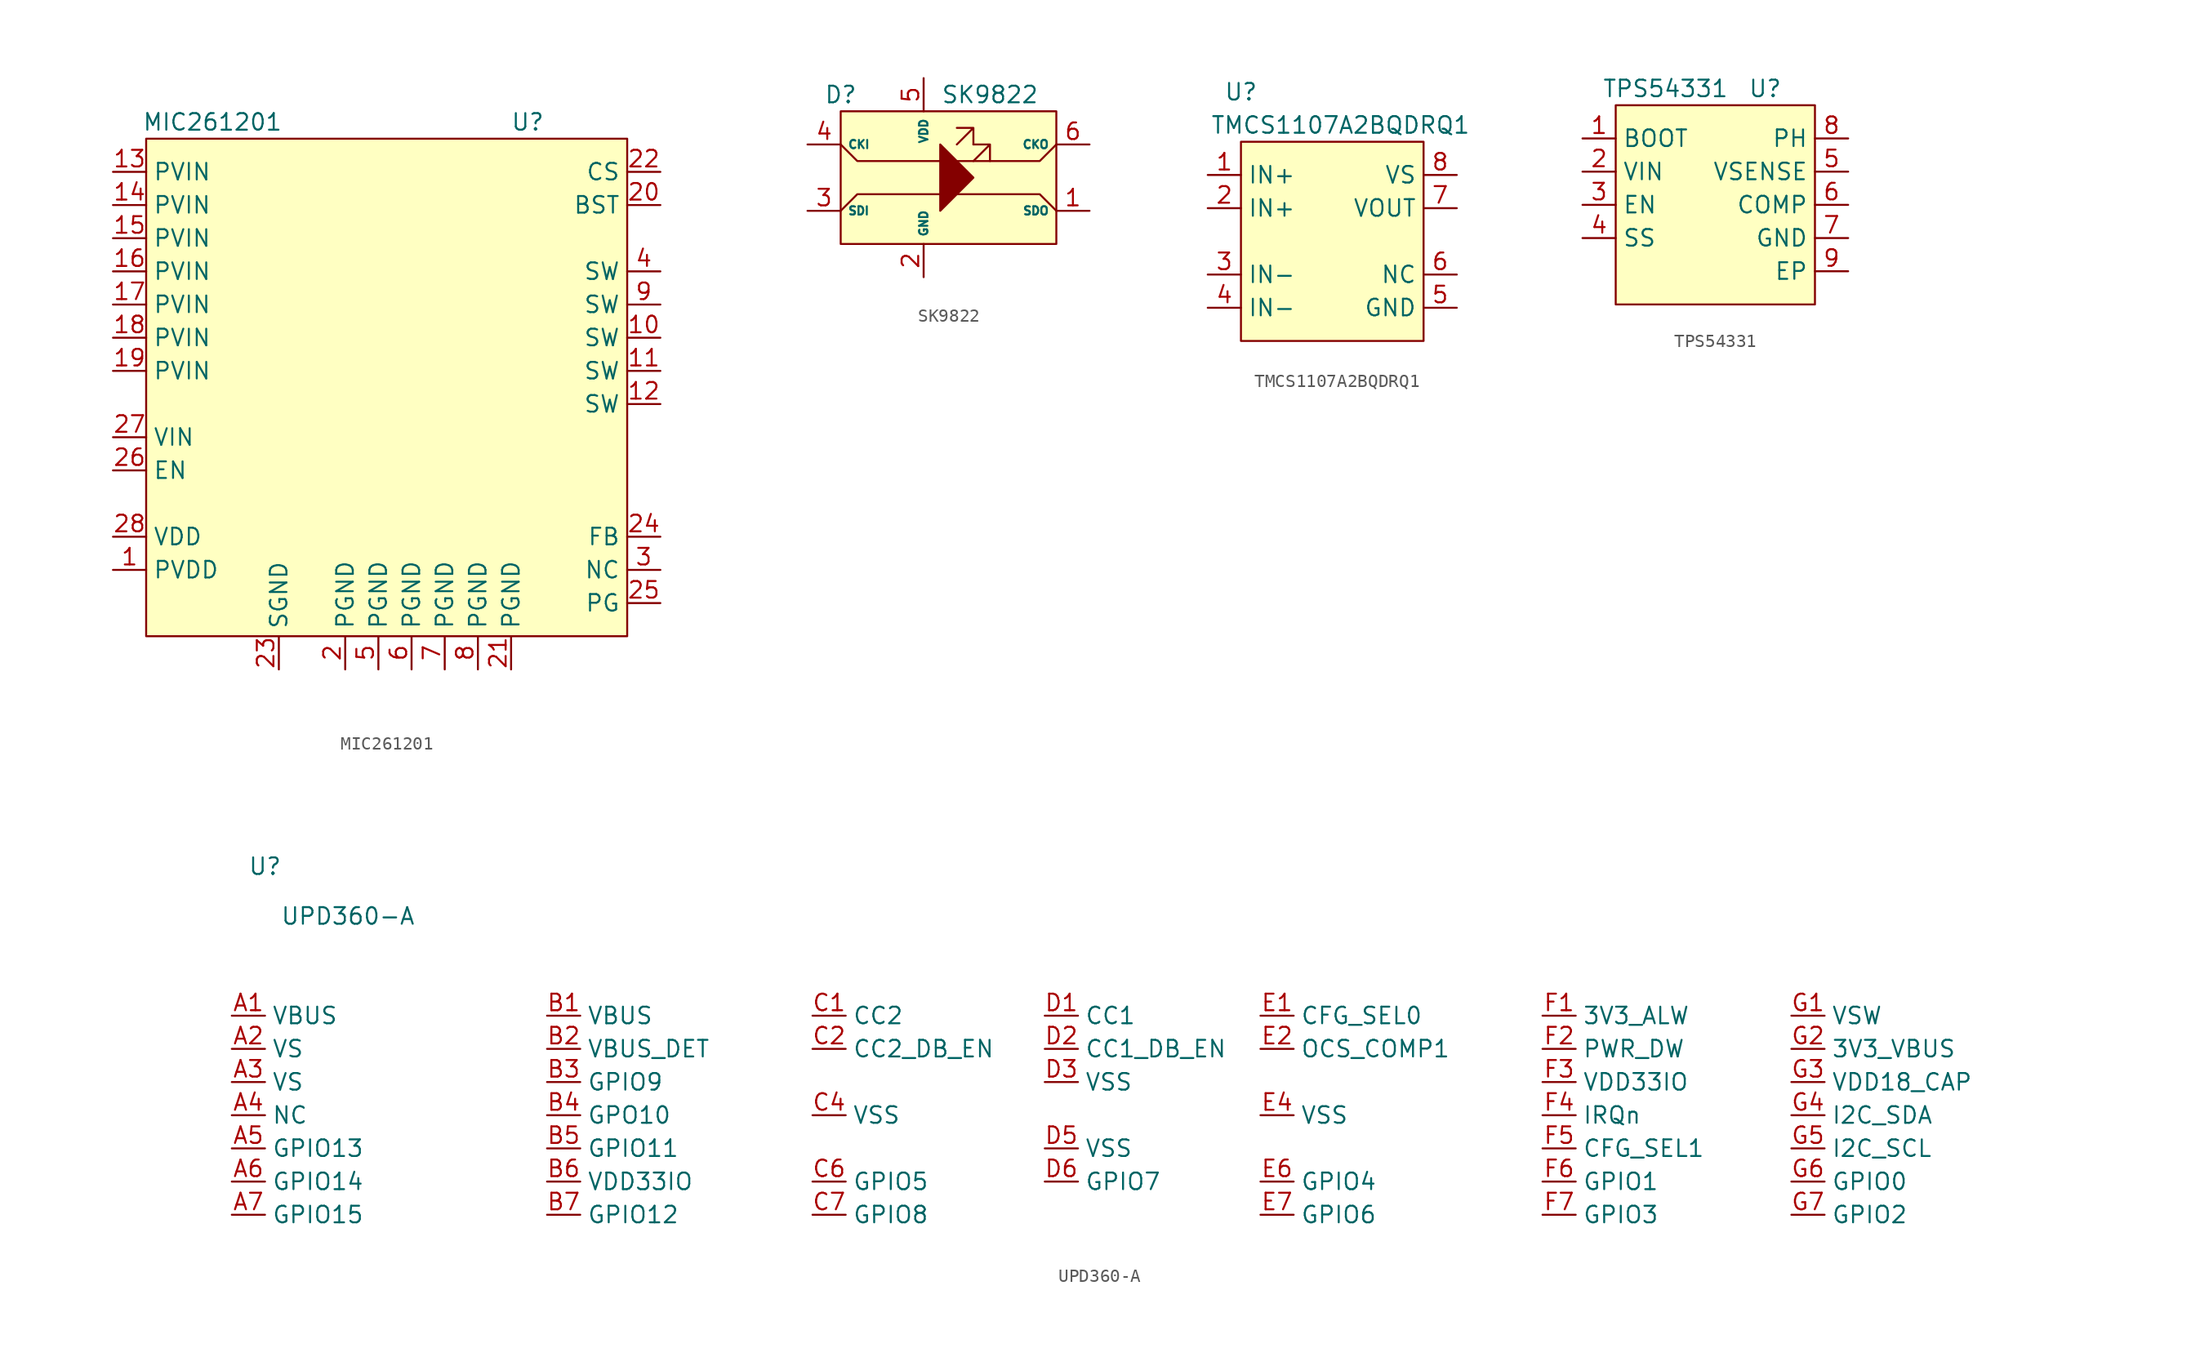
<source format=kicad_sym>
(kicad_symbol_lib
  (version 20211014)
  (generator kicad_symbol_editor)
  (symbol "LED_Addrs:MIC261201"
    (property "Reference" "U"
      (at 31.75 3.81 0)
      (effects (font (size 1.27 1.27))))
    (property "Value" "MIC261201"
      (at 7.62 3.81 0)
      (effects (font (size 1.27 1.27))))
    (symbol "MIC261201_0_1"
      (rectangle (start 2.54 2.54) (end 39.37 -35.56) (stroke (width 0.152) (type default) (color 0 0 0 0)) (fill (type background))))
    (symbol "MIC261201_1_1"
      (pin input line (at 0 -30.48 0) (length 2.54) (name "PVDD" (effects (font (size 1.27 1.27)))) (number "1" (effects (font (size 1.27 1.27)))))
      (pin input line (at 41.91 -12.7 180) (length 2.54) (name "SW" (effects (font (size 1.27 1.27)))) (number "10" (effects (font (size 1.27 1.27)))))
      (pin input line (at 41.91 -15.24 180) (length 2.54) (name "SW" (effects (font (size 1.27 1.27)))) (number "11" (effects (font (size 1.27 1.27)))))
      (pin input line (at 41.91 -17.78 180) (length 2.54) (name "SW" (effects (font (size 1.27 1.27)))) (number "12" (effects (font (size 1.27 1.27)))))
      (pin input line (at 0 0 0) (length 2.54) (name "PVIN" (effects (font (size 1.27 1.27)))) (number "13" (effects (font (size 1.27 1.27)))))
      (pin input line (at 0 -2.54 0) (length 2.54) (name "PVIN" (effects (font (size 1.27 1.27)))) (number "14" (effects (font (size 1.27 1.27)))))
      (pin input line (at 0 -5.08 0) (length 2.54) (name "PVIN" (effects (font (size 1.27 1.27)))) (number "15" (effects (font (size 1.27 1.27)))))
      (pin input line (at 0 -7.62 0) (length 2.54) (name "PVIN" (effects (font (size 1.27 1.27)))) (number "16" (effects (font (size 1.27 1.27)))))
      (pin input line (at 0 -10.16 0) (length 2.54) (name "PVIN" (effects (font (size 1.27 1.27)))) (number "17" (effects (font (size 1.27 1.27)))))
      (pin input line (at 0 -12.7 0) (length 2.54) (name "PVIN" (effects (font (size 1.27 1.27)))) (number "18" (effects (font (size 1.27 1.27)))))
      (pin input line (at 0 -15.24 0) (length 2.54) (name "PVIN" (effects (font (size 1.27 1.27)))) (number "19" (effects (font (size 1.27 1.27)))))
      (pin input line (at 17.78 -38.1 90) (length 2.54) (name "PGND" (effects (font (size 1.27 1.27)))) (number "2" (effects (font (size 1.27 1.27)))))
      (pin input line (at 41.91 -2.54 180) (length 2.54) (name "BST" (effects (font (size 1.27 1.27)))) (number "20" (effects (font (size 1.27 1.27)))))
      (pin input line (at 30.48 -38.1 90) (length 2.54) (name "PGND" (effects (font (size 1.27 1.27)))) (number "21" (effects (font (size 1.27 1.27)))))
      (pin input line (at 41.91 0 180) (length 2.54) (name "CS" (effects (font (size 1.27 1.27)))) (number "22" (effects (font (size 1.27 1.27)))))
      (pin input line (at 12.7 -38.1 90) (length 2.54) (name "SGND" (effects (font (size 1.27 1.27)))) (number "23" (effects (font (size 1.27 1.27)))))
      (pin input line (at 41.91 -27.94 180) (length 2.54) (name "FB" (effects (font (size 1.27 1.27)))) (number "24" (effects (font (size 1.27 1.27)))))
      (pin input line (at 41.91 -33.02 180) (length 2.54) (name "PG" (effects (font (size 1.27 1.27)))) (number "25" (effects (font (size 1.27 1.27)))))
      (pin input line (at 0 -22.86 0) (length 2.54) (name "EN" (effects (font (size 1.27 1.27)))) (number "26" (effects (font (size 1.27 1.27)))))
      (pin input line (at 0 -20.32 0) (length 2.54) (name "VIN" (effects (font (size 1.27 1.27)))) (number "27" (effects (font (size 1.27 1.27)))))
      (pin input line (at 0 -27.94 0) (length 2.54) (name "VDD" (effects (font (size 1.27 1.27)))) (number "28" (effects (font (size 1.27 1.27)))))
      (pin input line (at 41.91 -30.48 180) (length 2.54) (name "NC" (effects (font (size 1.27 1.27)))) (number "3" (effects (font (size 1.27 1.27)))))
      (pin input line (at 41.91 -7.62 180) (length 2.54) (name "SW" (effects (font (size 1.27 1.27)))) (number "4" (effects (font (size 1.27 1.27)))))
      (pin input line (at 20.32 -38.1 90) (length 2.54) (name "PGND" (effects (font (size 1.27 1.27)))) (number "5" (effects (font (size 1.27 1.27)))))
      (pin input line (at 22.86 -38.1 90) (length 2.54) (name "PGND" (effects (font (size 1.27 1.27)))) (number "6" (effects (font (size 1.27 1.27)))))
      (pin input line (at 25.4 -38.1 90) (length 2.54) (name "PGND" (effects (font (size 1.27 1.27)))) (number "7" (effects (font (size 1.27 1.27)))))
      (pin input line (at 27.94 -38.1 90) (length 2.54) (name "PGND" (effects (font (size 1.27 1.27)))) (number "8" (effects (font (size 1.27 1.27)))))
      (pin input line (at 41.91 -10.16 180) (length 2.54) (name "SW" (effects (font (size 1.27 1.27)))) (number "9" (effects (font (size 1.27 1.27)))))))
  (symbol "LED_Addrs:SK9822"
    (property "Reference" "D"
      (at 0 1.27 0)
      (effects (font (size 1.27 1.27))))
    (property "Value" "SK9822"
      (at 11.43 1.27 0)
      (effects (font (size 1.27 1.27))))
    (symbol "SK9822_0_1"
      (polyline (pts (xy 0 -7.62) (xy 1.27 -6.35) (xy 7.62 -6.35)) (stroke (width 0.152) (type default) (color 0 0 0 0)) (fill (type none)))
      (polyline (pts (xy 7.62 -3.81) (xy 1.27 -3.81) (xy 0 -2.54)) (stroke (width 0.152) (type default) (color 0 0 0 0)) (fill (type none)))
      (polyline (pts (xy 8.89 -6.35) (xy 15.24 -6.35) (xy 16.51 -7.62)) (stroke (width 0.152) (type default) (color 0 0 0 0)) (fill (type none)))
      (polyline (pts (xy 8.89 -3.81) (xy 15.24 -3.81) (xy 16.51 -2.54)) (stroke (width 0.152) (type default) (color 0 0 0 0)) (fill (type none)))
      (polyline (pts (xy 7.62 -2.54) (xy 7.62 -7.62) (xy 10.16 -5.08) (xy 7.62 -2.54)) (stroke (width 0.152) (type default) (color 0 0 0 0)) (fill (type outline)))
      (polyline (pts (xy 8.89 -2.54) (xy 10.16 -1.27) (xy 8.89 -1.27) (xy 10.16 -1.27) (xy 10.16 -2.54)) (stroke (width 0.152) (type default) (color 0 0 0 0)) (fill (type none)))
      (polyline (pts (xy 10.16 -3.81) (xy 11.43 -2.54) (xy 10.16 -2.54) (xy 11.43 -2.54) (xy 11.43 -3.81)) (stroke (width 0.152) (type default) (color 0 0 0 0)) (fill (type none)))
      (rectangle (start 0 0) (end 16.51 -10.16) (stroke (width 0.152) (type default) (color 0 0 0 0)) (fill (type background))))
    (symbol "SK9822_1_1"
      (pin input line (at 19.05 -7.62 180) (length 2.54) (name "SDO" (effects (font (size 0.635 0.635)))) (number "1" (effects (font (size 1.27 1.27)))))
      (pin input line (at 6.35 -12.7 90) (length 2.54) (name "GND" (effects (font (size 0.635 0.635)))) (number "2" (effects (font (size 1.27 1.27)))))
      (pin input line (at -2.54 -7.62 0) (length 2.54) (name "SDI" (effects (font (size 0.635 0.635)))) (number "3" (effects (font (size 1.27 1.27)))))
      (pin input line (at -2.54 -2.54 0) (length 2.54) (name "CKI" (effects (font (size 0.635 0.635)))) (number "4" (effects (font (size 1.27 1.27)))))
      (pin input line (at 6.35 2.54 270) (length 2.54) (name "VDD" (effects (font (size 0.635 0.635)))) (number "5" (effects (font (size 1.27 1.27)))))
      (pin input line (at 19.05 -2.54 180) (length 2.54) (name "CKO" (effects (font (size 0.635 0.635)))) (number "6" (effects (font (size 1.27 1.27)))))))
  (symbol "LED_Addrs:TMCS1107A2BQDRQ1"
    (property "Reference" "U"
      (at 2.54 6.35 0)
      (effects (font (size 1.27 1.27))))
    (property "Value" "TMCS1107A2BQDRQ1"
      (at 10.16 3.81 0)
      (effects (font (size 1.27 1.27))))
    (symbol "TMCS1107A2BQDRQ1_0_1"
      (rectangle (start 2.54 -12.7) (end 16.51 2.54) (stroke (width 0.152) (type default) (color 0 0 0 0)) (fill (type background))))
    (symbol "TMCS1107A2BQDRQ1_1_1"
      (pin input line (at 0 0 0) (length 2.54) (name "IN+" (effects (font (size 1.27 1.27)))) (number "1" (effects (font (size 1.27 1.27)))))
      (pin input line (at 0 -2.54 0) (length 2.54) (name "IN+" (effects (font (size 1.27 1.27)))) (number "2" (effects (font (size 1.27 1.27)))))
      (pin input line (at 0 -7.62 0) (length 2.54) (name "IN-" (effects (font (size 1.27 1.27)))) (number "3" (effects (font (size 1.27 1.27)))))
      (pin input line (at 0 -10.16 0) (length 2.54) (name "IN-" (effects (font (size 1.27 1.27)))) (number "4" (effects (font (size 1.27 1.27)))))
      (pin input line (at 19.05 -10.16 180) (length 2.54) (name "GND" (effects (font (size 1.27 1.27)))) (number "5" (effects (font (size 1.27 1.27)))))
      (pin input line (at 19.05 -7.62 180) (length 2.54) (name "NC" (effects (font (size 1.27 1.27)))) (number "6" (effects (font (size 1.27 1.27)))))
      (pin input line (at 19.05 -2.54 180) (length 2.54) (name "VOUT" (effects (font (size 1.27 1.27)))) (number "7" (effects (font (size 1.27 1.27)))))
      (pin input line (at 19.05 0 180) (length 2.54) (name "VS" (effects (font (size 1.27 1.27)))) (number "8" (effects (font (size 1.27 1.27)))))))
  (symbol "LED_Addrs:TPS54331"
    (property "Reference" "U"
      (at 13.97 3.81 0)
      (effects (font (size 1.27 1.27))))
    (property "Value" "TPS54331"
      (at 6.35 3.81 0)
      (effects (font (size 1.27 1.27))))
    (symbol "TPS54331_0_1"
      (rectangle (start 2.54 2.54) (end 17.78 -12.7) (stroke (width 0.152) (type default) (color 0 0 0 0)) (fill (type background))))
    (symbol "TPS54331_1_1"
      (pin input line (at 0 0 0) (length 2.54) (name "BOOT" (effects (font (size 1.27 1.27)))) (number "1" (effects (font (size 1.27 1.27)))))
      (pin input line (at 0 -2.54 0) (length 2.54) (name "VIN" (effects (font (size 1.27 1.27)))) (number "2" (effects (font (size 1.27 1.27)))))
      (pin input line (at 0 -5.08 0) (length 2.54) (name "EN" (effects (font (size 1.27 1.27)))) (number "3" (effects (font (size 1.27 1.27)))))
      (pin input line (at 0 -7.62 0) (length 2.54) (name "SS" (effects (font (size 1.27 1.27)))) (number "4" (effects (font (size 1.27 1.27)))))
      (pin input line (at 20.32 -2.54 180) (length 2.54) (name "VSENSE" (effects (font (size 1.27 1.27)))) (number "5" (effects (font (size 1.27 1.27)))))
      (pin input line (at 20.32 -5.08 180) (length 2.54) (name "COMP" (effects (font (size 1.27 1.27)))) (number "6" (effects (font (size 1.27 1.27)))))
      (pin input line (at 20.32 -7.62 180) (length 2.54) (name "GND" (effects (font (size 1.27 1.27)))) (number "7" (effects (font (size 1.27 1.27)))))
      (pin input line (at 20.32 0 180) (length 2.54) (name "PH" (effects (font (size 1.27 1.27)))) (number "8" (effects (font (size 1.27 1.27)))))
      (pin input line (at 20.32 -10.16 180) (length 2.54) (name "EP" (effects (font (size 1.27 1.27)))) (number "9" (effects (font (size 1.27 1.27)))))))
  (symbol "LED_Addrs:UPD360-A"
    (property "Reference" "U"
      (at 2.54 11.43 0)
      (effects (font (size 1.27 1.27))))
    (property "Value" "UPD360-A"
      (at 8.89 7.62 0)
      (effects (font (size 1.27 1.27))))
    (symbol "UPD360-A_1_1"
      (pin input line (at 0 0 0) (length 2.54) (name "VBUS" (effects (font (size 1.27 1.27)))) (number "A1" (effects (font (size 1.27 1.27)))))
      (pin input line (at 0 -2.54 0) (length 2.54) (name "VS" (effects (font (size 1.27 1.27)))) (number "A2" (effects (font (size 1.27 1.27)))))
      (pin input line (at 0 -5.08 0) (length 2.54) (name "VS" (effects (font (size 1.27 1.27)))) (number "A3" (effects (font (size 1.27 1.27)))))
      (pin input line (at 0 -7.62 0) (length 2.54) (name "NC" (effects (font (size 1.27 1.27)))) (number "A4" (effects (font (size 1.27 1.27)))))
      (pin input line (at 0 -10.16 0) (length 2.54) (name "GPIO13" (effects (font (size 1.27 1.27)))) (number "A5" (effects (font (size 1.27 1.27)))))
      (pin input line (at 0 -12.7 0) (length 2.54) (name "GPIO14" (effects (font (size 1.27 1.27)))) (number "A6" (effects (font (size 1.27 1.27)))))
      (pin input line (at 0 -15.24 0) (length 2.54) (name "GPIO15" (effects (font (size 1.27 1.27)))) (number "A7" (effects (font (size 1.27 1.27)))))
      (pin input line (at 24.13 0 0) (length 2.54) (name "VBUS" (effects (font (size 1.27 1.27)))) (number "B1" (effects (font (size 1.27 1.27)))))
      (pin input line (at 24.13 -2.54 0) (length 2.54) (name "VBUS_DET" (effects (font (size 1.27 1.27)))) (number "B2" (effects (font (size 1.27 1.27)))))
      (pin input line (at 24.13 -5.08 0) (length 2.54) (name "GPIO9" (effects (font (size 1.27 1.27)))) (number "B3" (effects (font (size 1.27 1.27)))))
      (pin input line (at 24.13 -7.62 0) (length 2.54) (name "GPO10" (effects (font (size 1.27 1.27)))) (number "B4" (effects (font (size 1.27 1.27)))))
      (pin input line (at 24.13 -10.16 0) (length 2.54) (name "GPIO11" (effects (font (size 1.27 1.27)))) (number "B5" (effects (font (size 1.27 1.27)))))
      (pin input line (at 24.13 -12.7 0) (length 2.54) (name "VDD33IO" (effects (font (size 1.27 1.27)))) (number "B6" (effects (font (size 1.27 1.27)))))
      (pin input line (at 24.13 -15.24 0) (length 2.54) (name "GPIO12" (effects (font (size 1.27 1.27)))) (number "B7" (effects (font (size 1.27 1.27)))))
      (pin input line (at 44.45 0 0) (length 2.54) (name "CC2" (effects (font (size 1.27 1.27)))) (number "C1" (effects (font (size 1.27 1.27)))))
      (pin input line (at 44.45 -2.54 0) (length 2.54) (name "CC2_DB_EN" (effects (font (size 1.27 1.27)))) (number "C2" (effects (font (size 1.27 1.27)))))
      (pin input line (at 44.45 -7.62 0) (length 2.54) (name "VSS" (effects (font (size 1.27 1.27)))) (number "C4" (effects (font (size 1.27 1.27)))))
      (pin input line (at 44.45 -12.7 0) (length 2.54) (name "GPIO5" (effects (font (size 1.27 1.27)))) (number "C6" (effects (font (size 1.27 1.27)))))
      (pin input line (at 44.45 -15.24 0) (length 2.54) (name "GPIO8" (effects (font (size 1.27 1.27)))) (number "C7" (effects (font (size 1.27 1.27)))))
      (pin input line (at 62.23 0 0) (length 2.54) (name "CC1" (effects (font (size 1.27 1.27)))) (number "D1" (effects (font (size 1.27 1.27)))))
      (pin input line (at 62.23 -2.54 0) (length 2.54) (name "CC1_DB_EN" (effects (font (size 1.27 1.27)))) (number "D2" (effects (font (size 1.27 1.27)))))
      (pin input line (at 62.23 -5.08 0) (length 2.54) (name "VSS" (effects (font (size 1.27 1.27)))) (number "D3" (effects (font (size 1.27 1.27)))))
      (pin input line (at 62.23 -10.16 0) (length 2.54) (name "VSS" (effects (font (size 1.27 1.27)))) (number "D5" (effects (font (size 1.27 1.27)))))
      (pin input line (at 62.23 -12.7 0) (length 2.54) (name "GPIO7" (effects (font (size 1.27 1.27)))) (number "D6" (effects (font (size 1.27 1.27)))))
      (pin input line (at 78.74 0 0) (length 2.54) (name "CFG_SEL0" (effects (font (size 1.27 1.27)))) (number "E1" (effects (font (size 1.27 1.27)))))
      (pin input line (at 78.74 -2.54 0) (length 2.54) (name "OCS_COMP1" (effects (font (size 1.27 1.27)))) (number "E2" (effects (font (size 1.27 1.27)))))
      (pin input line (at 78.74 -7.62 0) (length 2.54) (name "VSS" (effects (font (size 1.27 1.27)))) (number "E4" (effects (font (size 1.27 1.27)))))
      (pin input line (at 78.74 -12.7 0) (length 2.54) (name "GPIO4" (effects (font (size 1.27 1.27)))) (number "E6" (effects (font (size 1.27 1.27)))))
      (pin input line (at 78.74 -15.24 0) (length 2.54) (name "GPIO6" (effects (font (size 1.27 1.27)))) (number "E7" (effects (font (size 1.27 1.27)))))
      (pin input line (at 100.33 0 0) (length 2.54) (name "3V3_ALW" (effects (font (size 1.27 1.27)))) (number "F1" (effects (font (size 1.27 1.27)))))
      (pin input line (at 100.33 -2.54 0) (length 2.54) (name "PWR_DW" (effects (font (size 1.27 1.27)))) (number "F2" (effects (font (size 1.27 1.27)))))
      (pin input line (at 100.33 -5.08 0) (length 2.54) (name "VDD33IO" (effects (font (size 1.27 1.27)))) (number "F3" (effects (font (size 1.27 1.27)))))
      (pin input line (at 100.33 -7.62 0) (length 2.54) (name "IRQn" (effects (font (size 1.27 1.27)))) (number "F4" (effects (font (size 1.27 1.27)))))
      (pin input line (at 100.33 -10.16 0) (length 2.54) (name "CFG_SEL1" (effects (font (size 1.27 1.27)))) (number "F5" (effects (font (size 1.27 1.27)))))
      (pin input line (at 100.33 -12.7 0) (length 2.54) (name "GPIO1" (effects (font (size 1.27 1.27)))) (number "F6" (effects (font (size 1.27 1.27)))))
      (pin input line (at 100.33 -15.24 0) (length 2.54) (name "GPIO3" (effects (font (size 1.27 1.27)))) (number "F7" (effects (font (size 1.27 1.27)))))
      (pin input line (at 119.38 0 0) (length 2.54) (name "VSW" (effects (font (size 1.27 1.27)))) (number "G1" (effects (font (size 1.27 1.27)))))
      (pin input line (at 119.38 -2.54 0) (length 2.54) (name "3V3_VBUS" (effects (font (size 1.27 1.27)))) (number "G2" (effects (font (size 1.27 1.27)))))
      (pin input line (at 119.38 -5.08 0) (length 2.54) (name "VDD18_CAP" (effects (font (size 1.27 1.27)))) (number "G3" (effects (font (size 1.27 1.27)))))
      (pin input line (at 119.38 -7.62 0) (length 2.54) (name "I2C_SDA" (effects (font (size 1.27 1.27)))) (number "G4" (effects (font (size 1.27 1.27)))))
      (pin input line (at 119.38 -10.16 0) (length 2.54) (name "I2C_SCL" (effects (font (size 1.27 1.27)))) (number "G5" (effects (font (size 1.27 1.27)))))
      (pin input line (at 119.38 -12.7 0) (length 2.54) (name "GPIO0" (effects (font (size 1.27 1.27)))) (number "G6" (effects (font (size 1.27 1.27)))))
      (pin input line (at 119.38 -15.24 0) (length 2.54) (name "GPIO2" (effects (font (size 1.27 1.27)))) (number "G7" (effects (font (size 1.27 1.27))))))))
</source>
